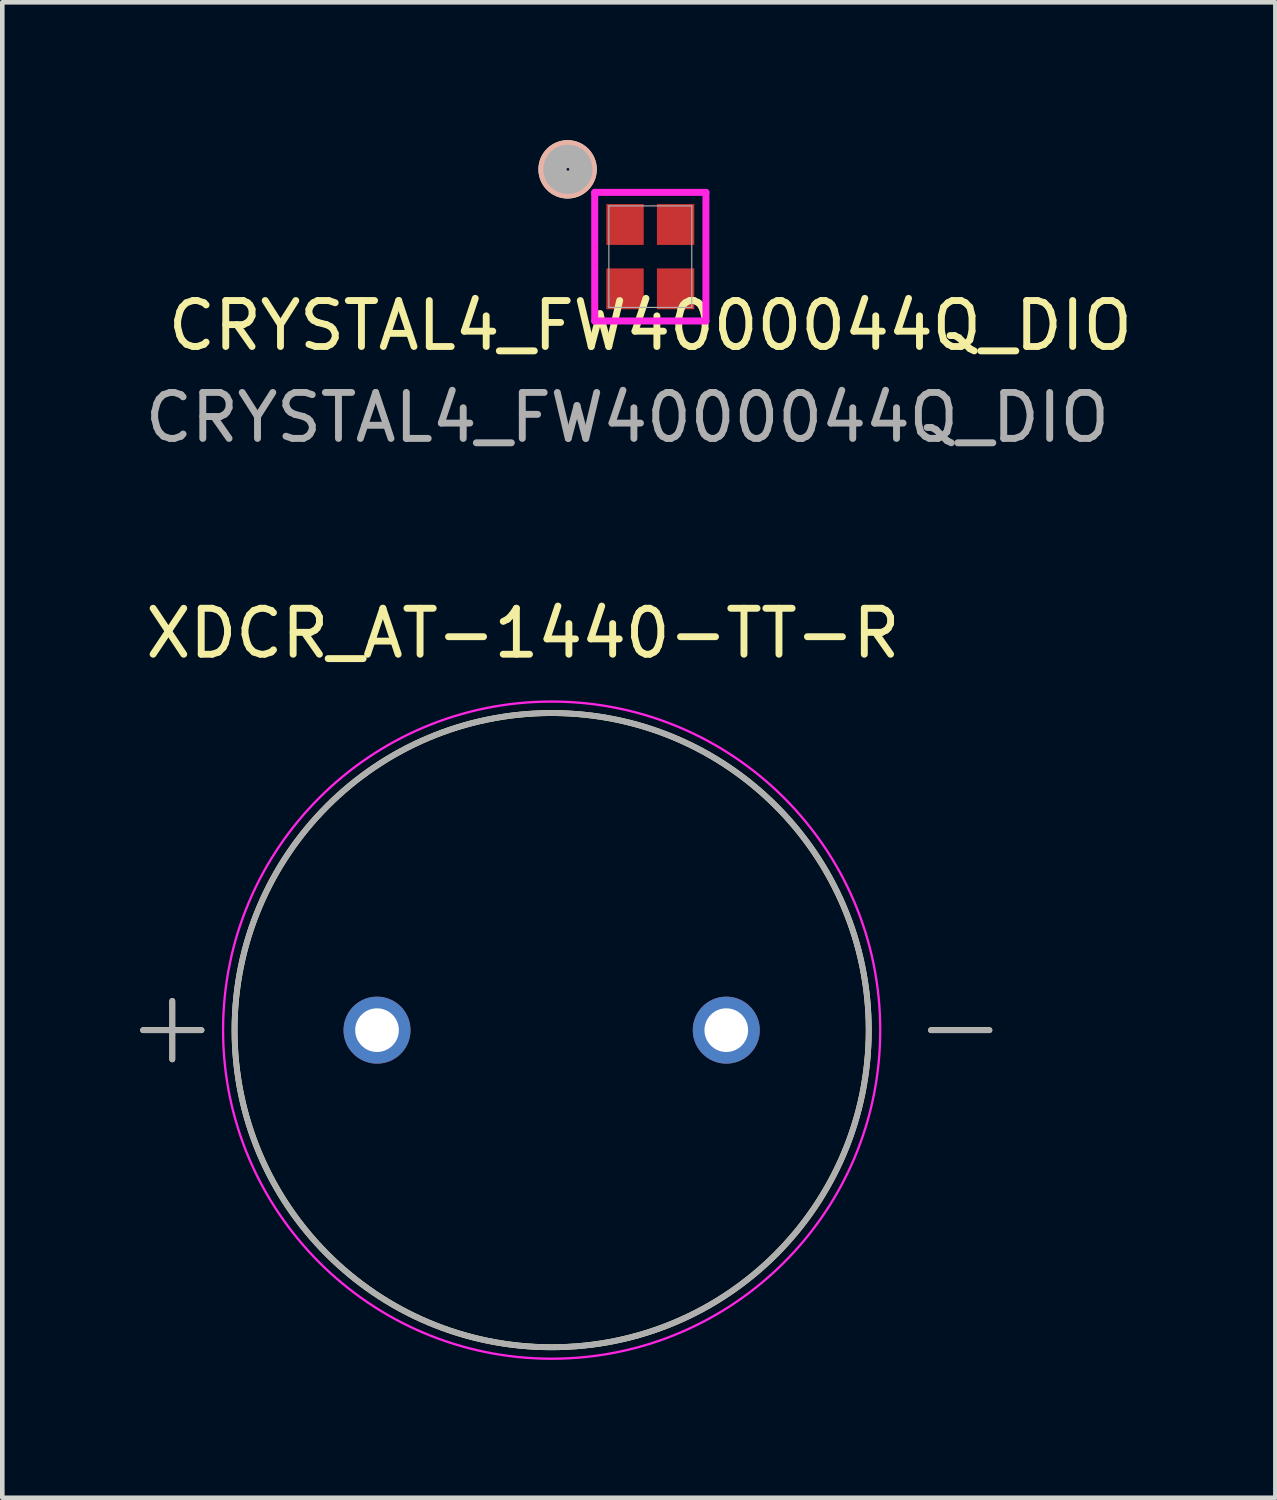
<source format=kicad_pcb>
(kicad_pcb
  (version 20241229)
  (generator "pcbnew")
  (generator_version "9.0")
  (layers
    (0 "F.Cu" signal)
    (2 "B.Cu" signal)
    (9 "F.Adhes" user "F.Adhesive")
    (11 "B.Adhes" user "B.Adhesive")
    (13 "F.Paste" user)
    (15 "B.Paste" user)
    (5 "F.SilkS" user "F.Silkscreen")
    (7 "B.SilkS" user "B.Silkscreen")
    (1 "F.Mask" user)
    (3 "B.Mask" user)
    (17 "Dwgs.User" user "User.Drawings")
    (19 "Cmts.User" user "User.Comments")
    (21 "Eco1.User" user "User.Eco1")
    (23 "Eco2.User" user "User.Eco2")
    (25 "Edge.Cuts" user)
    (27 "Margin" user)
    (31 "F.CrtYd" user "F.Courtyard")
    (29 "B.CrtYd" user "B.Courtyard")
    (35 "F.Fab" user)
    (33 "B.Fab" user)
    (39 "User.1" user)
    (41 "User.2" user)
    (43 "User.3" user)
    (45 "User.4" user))
  (footprint "XDCR_AT-1440-TT-R"
    (layer "F.Cu")
    (at 8.954 19.366)
    (property "Reference" "XDCR_AT-1440-TT-R" (at -0.625 -8.635 0) (layer "F.SilkS") (effects (font (size 1 1) (thickness 0.15))))
    (attr through_hole)
    (fp_line (start -8.89 0) (end -7.62 0) (stroke (width 0.127) (type solid)) (layer "F.SilkS"))
    (fp_line (start -8.255 -0.635) (end -8.255 0.635) (stroke (width 0.127) (type solid)) (layer "F.SilkS"))
    (fp_line (start 8.255 0) (end 9.525 0) (stroke (width 0.127) (type solid)) (layer "F.SilkS"))
    (fp_circle (center 0 0) (end 6.9 0) (stroke (width 0.127) (type solid)) (fill no) (layer "F.SilkS"))
    (fp_circle (center 0 0) (end 7.15 0) (stroke (width 0.05) (type solid)) (fill no) (layer "F.CrtYd"))
    (fp_line (start -8.89 0) (end -7.62 0) (stroke (width 0.127) (type solid)) (layer "F.Fab"))
    (fp_line (start -8.255 -0.635) (end -8.255 0.635) (stroke (width 0.127) (type solid)) (layer "F.Fab"))
    (fp_line (start 8.255 0) (end 9.525 0) (stroke (width 0.127) (type solid)) (layer "F.Fab"))
    (fp_circle (center 0 0) (end 6.9 0) (stroke (width 0.127) (type solid)) (fill no) (layer "F.Fab"))
    (pad "N" thru_hole circle (at 3.8 0) (size 1.458 1.458) (drill 0.95) (layers "*.Cu" "*.Mask"))
    (pad "P" thru_hole circle (at -3.8 0) (size 1.458 1.458) (drill 0.95) (layers "*.Cu" "*.Mask")))
  (footprint "CRYSTAL4_FW4000044Q_DIO"
    (layer "F.Cu")
    (at 11.101 2.535)
    (property "Reference" "CRYSTAL4_FW4000044Q_DIO" (at 0 1.5 0) (unlocked yes) (layer "F.SilkS") (effects (font (size 1 1) (thickness 0.15))))
    (attr smd)
    (fp_circle (center -1.8 -1.9) (end -1.419 -1.9) (stroke (width 0.508) (type solid)) (fill no) (layer "F.SilkS"))
    (fp_circle (center -1.8 -1.9) (end -1.419 -1.9) (stroke (width 0.508) (type solid)) (fill no) (layer "B.SilkS"))
    (fp_line (start -1.21 -1.399) (end -1.21 1.399) (stroke (width 0.152) (type solid)) (layer "F.CrtYd"))
    (fp_line (start -1.21 1.399) (end 1.21 1.399) (stroke (width 0.152) (type solid)) (layer "F.CrtYd"))
    (fp_line (start 1.21 -1.399) (end -1.21 -1.399) (stroke (width 0.152) (type solid)) (layer "F.CrtYd"))
    (fp_line (start 1.21 1.399) (end 1.21 -1.399) (stroke (width 0.152) (type solid)) (layer "F.CrtYd"))
    (fp_line (start -0.902 -1.105) (end -0.902 1.105) (stroke (width 0.025) (type solid)) (layer "F.Fab"))
    (fp_line (start -0.902 1.105) (end 0.902 1.105) (stroke (width 0.025) (type solid)) (layer "F.Fab"))
    (fp_line (start 0.902 -1.105) (end -0.902 -1.105) (stroke (width 0.025) (type solid)) (layer "F.Fab"))
    (fp_line (start 0.902 1.105) (end 0.902 -1.105) (stroke (width 0.025) (type solid)) (layer "F.Fab"))
    (fp_circle (center -1.793 -1.9) (end -1.593 -2.1) (stroke (width 0.508) (type solid)) (fill no) (layer "F.Fab"))
    (fp_text user "${REFERENCE}" (at -0.5 3.5 0) (unlocked yes) (layer "F.Fab") (effects (font (size 1 1) (thickness 0.15))))
    (pad "1" smd rect (at -0.55 -0.7) (size 0.813 0.889) (layers "F.Cu" "F.Mask" "F.Paste"))
    (pad "2" smd rect (at -0.55 0.7) (size 0.813 0.889) (layers "F.Cu" "F.Mask" "F.Paste"))
    (pad "3" smd rect (at 0.55 0.7) (size 0.813 0.889) (layers "F.Cu" "F.Mask" "F.Paste"))
    (pad "4" smd rect (at 0.55 -0.7) (size 0.813 0.889) (layers "F.Cu" "F.Mask" "F.Paste")))
  (gr_rect
    (start -3 -3)
    (end 24.702 29.541)
    (stroke (width 0.1) (type default))
    (fill no)
    (layer "Edge.Cuts")))
</source>
